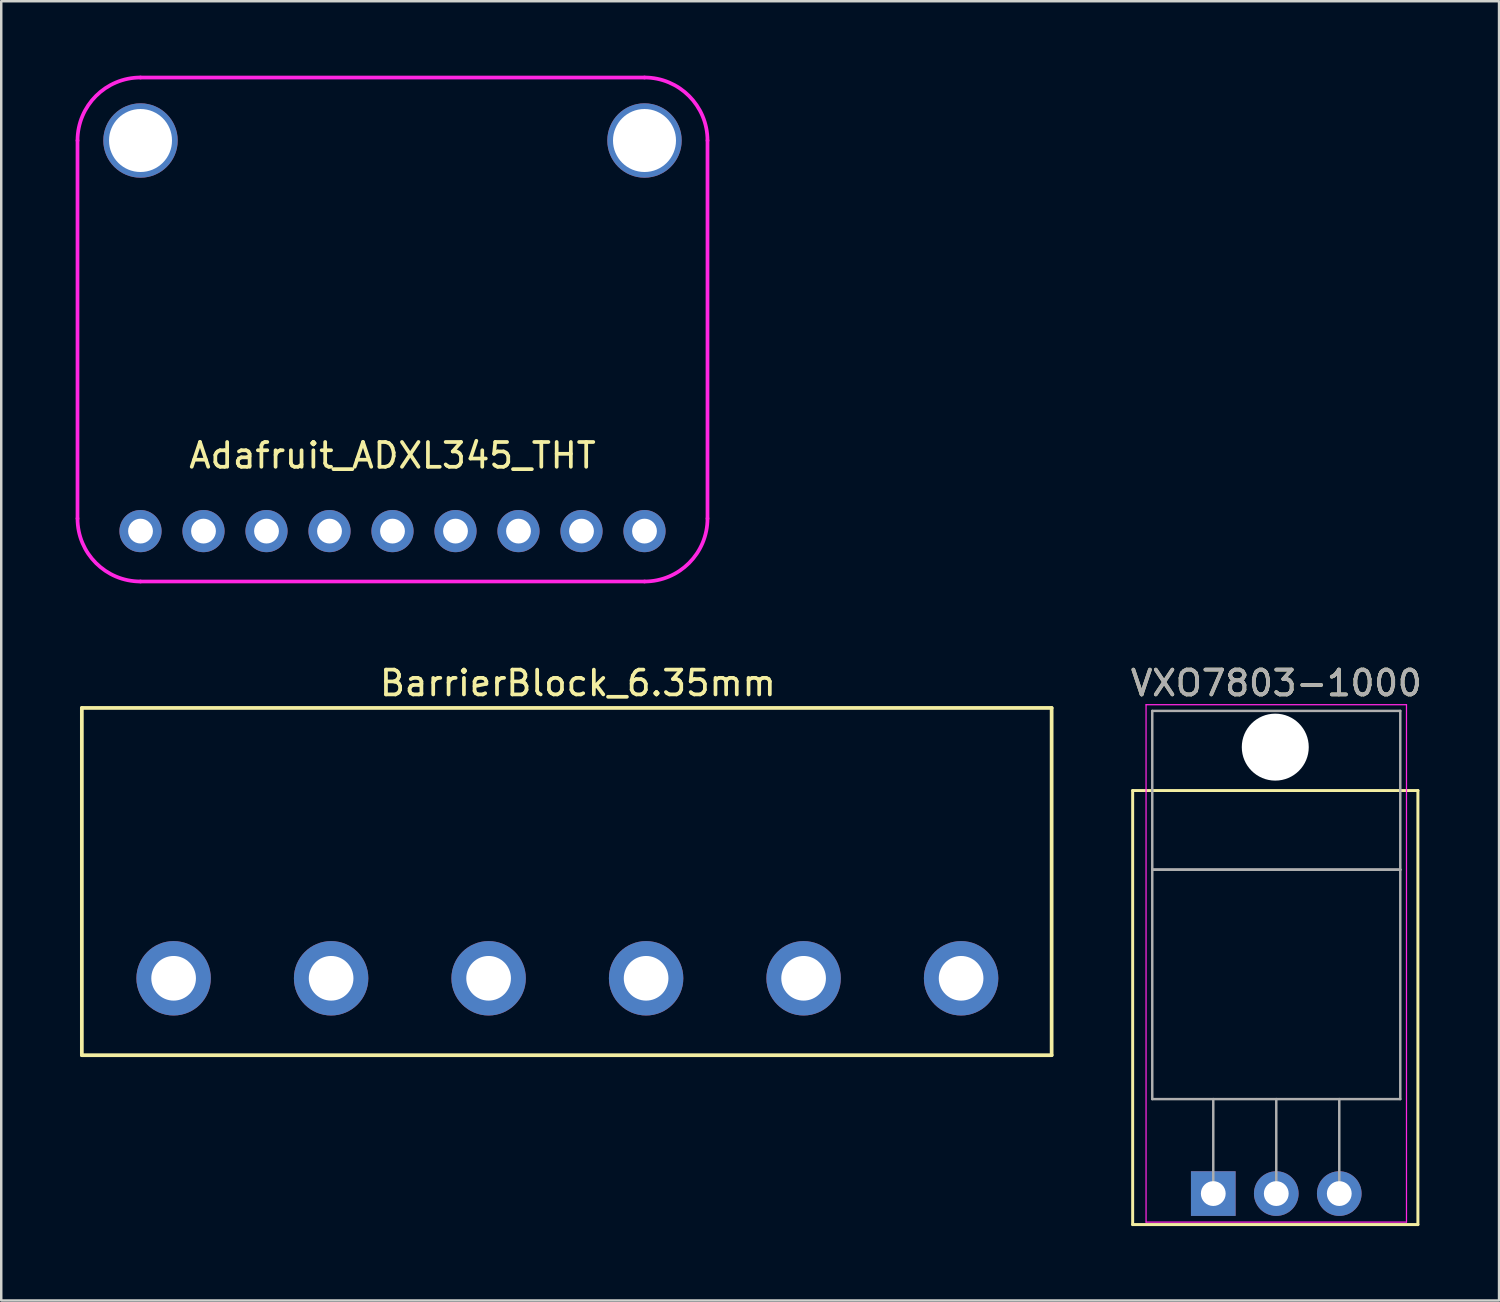
<source format=kicad_pcb>
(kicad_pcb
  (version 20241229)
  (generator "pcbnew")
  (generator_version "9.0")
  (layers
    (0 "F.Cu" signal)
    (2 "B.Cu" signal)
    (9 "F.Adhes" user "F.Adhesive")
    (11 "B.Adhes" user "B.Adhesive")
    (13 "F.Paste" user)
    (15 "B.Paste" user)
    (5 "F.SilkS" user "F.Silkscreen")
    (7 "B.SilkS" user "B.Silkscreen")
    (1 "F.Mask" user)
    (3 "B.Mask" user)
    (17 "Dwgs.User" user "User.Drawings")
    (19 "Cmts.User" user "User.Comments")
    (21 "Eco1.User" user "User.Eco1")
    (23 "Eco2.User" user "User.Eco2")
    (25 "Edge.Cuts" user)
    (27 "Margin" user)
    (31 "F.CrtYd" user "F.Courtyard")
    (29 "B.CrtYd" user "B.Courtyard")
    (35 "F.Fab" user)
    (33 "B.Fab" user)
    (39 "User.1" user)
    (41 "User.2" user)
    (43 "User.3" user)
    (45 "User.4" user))
  (footprint "Adafruit_ADXL345_THT"
    (layer "F.Cu")
    (at 12.775 20.395)
    (property "Reference" "Adafruit_ADXL345_THT" (at 0 -5.08 0) (layer "F.SilkS") (effects (font (size 1 1) (thickness 0.15))))
    (attr through_hole)
    (fp_line (start -12.7 -2.54) (end -12.7 -17.78) (stroke (width 0.15) (type solid)) (layer "F.CrtYd"))
    (fp_line (start -10.16 -20.32) (end 10.16 -20.32) (stroke (width 0.15) (type solid)) (layer "F.CrtYd"))
    (fp_line (start 10.16 0) (end -10.16 0) (stroke (width 0.15) (type solid)) (layer "F.CrtYd"))
    (fp_line (start 12.7 -17.78) (end 12.7 -2.54) (stroke (width 0.15) (type solid)) (layer "F.CrtYd"))
    (fp_arc (start -12.7 -17.78) (mid -11.956051 -19.576051) (end -10.16 -20.32) (stroke (width 0.15) (type solid)) (layer "F.CrtYd"))
    (fp_arc (start -10.16 0) (mid -11.956051 -0.743949) (end -12.7 -2.54) (stroke (width 0.15) (type solid)) (layer "F.CrtYd"))
    (fp_arc (start 10.16 -20.32) (mid 11.956051 -19.576051) (end 12.7 -17.78) (stroke (width 0.15) (type solid)) (layer "F.CrtYd"))
    (fp_arc (start 12.7 -2.54) (mid 11.956051 -0.743949) (end 10.16 0) (stroke (width 0.15) (type solid)) (layer "F.CrtYd"))
    (pad "" np_thru_hole circle (at -10.16 -17.78) (size 3 3) (drill 2.54) (layers "*.Cu" "*.Mask"))
    (pad "" np_thru_hole circle (at 10.16 -17.78) (size 3 3) (drill 2.54) (layers "*.Cu" "*.Mask"))
    (pad "1" thru_hole circle (at -10.16 -2.032) (size 1.7 1.7) (drill 1) (layers "*.Cu" "*.Mask"))
    (pad "2" thru_hole circle (at -7.62 -2.032) (size 1.7 1.7) (drill 1) (layers "*.Cu" "*.Mask"))
    (pad "3" thru_hole circle (at -5.08 -2.032) (size 1.7 1.7) (drill 1) (layers "*.Cu" "*.Mask"))
    (pad "4" thru_hole circle (at -2.54 -2.032) (size 1.7 1.7) (drill 1) (layers "*.Cu" "*.Mask"))
    (pad "5" thru_hole circle (at 0 -2.032) (size 1.7 1.7) (drill 1) (layers "*.Cu" "*.Mask"))
    (pad "6" thru_hole circle (at 2.54 -2.032) (size 1.7 1.7) (drill 1) (layers "*.Cu" "*.Mask"))
    (pad "7" thru_hole circle (at 5.08 -2.032) (size 1.7 1.7) (drill 1) (layers "*.Cu" "*.Mask"))
    (pad "8" thru_hole circle (at 7.62 -2.032) (size 1.7 1.7) (drill 1) (layers "*.Cu" "*.Mask"))
    (pad "9" thru_hole circle (at 10.16 -2.032) (size 1.7 1.7) (drill 1) (layers "*.Cu" "*.Mask")))
  (footprint "VXO7803-1000"
    (layer "F.Cu")
    (at 45.867 45.073)
    (property "Reference" "VXO7803-1000" (at 2.54 -20.58 0) (layer "F.SilkS") (effects (font (size 1 1) (thickness 0.15))))
    (attr through_hole)
    (fp_line (start -3.25 -16.25) (end -3.25 1.25) (stroke (width 0.12) (type solid)) (layer "F.SilkS"))
    (fp_line (start -3.25 -16.25) (end 8.25 -16.25) (stroke (width 0.12) (type solid)) (layer "F.SilkS"))
    (fp_line (start -3.25 1.25) (end 8.25 1.25) (stroke (width 0.12) (type solid)) (layer "F.SilkS"))
    (fp_line (start 8.25 -16.25) (end 8.25 1.25) (stroke (width 0.12) (type solid)) (layer "F.SilkS"))
    (fp_line (start -2.71 -19.71) (end -2.71 1.15) (stroke (width 0.05) (type solid)) (layer "F.CrtYd"))
    (fp_line (start -2.71 1.15) (end 7.79 1.15) (stroke (width 0.05) (type solid)) (layer "F.CrtYd"))
    (fp_line (start 7.79 -19.71) (end -2.71 -19.71) (stroke (width 0.05) (type solid)) (layer "F.CrtYd"))
    (fp_line (start 7.79 1.15) (end 7.79 -19.71) (stroke (width 0.05) (type solid)) (layer "F.CrtYd"))
    (fp_line (start -2.46 -19.46) (end 7.54 -19.46) (stroke (width 0.1) (type solid)) (layer "F.Fab"))
    (fp_line (start -2.46 -13.06) (end -2.46 -19.46) (stroke (width 0.1) (type solid)) (layer "F.Fab"))
    (fp_line (start -2.46 -13.06) (end 7.54 -13.06) (stroke (width 0.1) (type solid)) (layer "F.Fab"))
    (fp_line (start -2.46 -3.81) (end -2.46 -13.06) (stroke (width 0.1) (type solid)) (layer "F.Fab"))
    (fp_line (start 0 -3.81) (end 0 0) (stroke (width 0.1) (type solid)) (layer "F.Fab"))
    (fp_line (start 2.54 -3.81) (end 2.54 0) (stroke (width 0.1) (type solid)) (layer "F.Fab"))
    (fp_line (start 5.08 -3.81) (end 5.08 0) (stroke (width 0.1) (type solid)) (layer "F.Fab"))
    (fp_line (start 7.54 -19.46) (end 7.54 -13.06) (stroke (width 0.1) (type solid)) (layer "F.Fab"))
    (fp_line (start 7.54 -13.06) (end -2.46 -13.06) (stroke (width 0.1) (type solid)) (layer "F.Fab"))
    (fp_line (start 7.54 -13.06) (end 7.54 -3.81) (stroke (width 0.1) (type solid)) (layer "F.Fab"))
    (fp_line (start 7.54 -3.81) (end -2.46 -3.81) (stroke (width 0.1) (type solid)) (layer "F.Fab"))
    (fp_text user "${REFERENCE}" (at 2.54 -20.58 0) (layer "F.Fab") (effects (font (size 1 1) (thickness 0.15))))
    (pad "" np_thru_hole oval (at 2.5 -18) (size 2.7 2.7) (drill 2.7) (layers "*.Cu" "*.Mask"))
    (pad "1" thru_hole rect (at 0 0) (size 1.8 1.8) (drill 1) (layers "*.Cu" "*.Mask"))
    (pad "2" thru_hole oval (at 2.54 0) (size 1.8 1.8) (drill 1) (layers "*.Cu" "*.Mask"))
    (pad "3" thru_hole oval (at 5.08 0) (size 1.8 1.8) (drill 1) (layers "*.Cu" "*.Mask")))
  (footprint "BarrierBlock_6.35mm"
    (layer "F.Cu")
    (at 0.25 39.493)
    (property "Reference" "BarrierBlock_6.35mm" (at 20 -15 0) (layer "F.SilkS") (effects (font (size 1 1) (thickness 0.15))))
    (attr through_hole)
    (fp_line (start 0 -14) (end 39.1 -14) (stroke (width 0.15) (type solid)) (layer "F.SilkS"))
    (fp_line (start 0 0) (end 0 -14) (stroke (width 0.15) (type solid)) (layer "F.SilkS"))
    (fp_line (start 39.1 -14) (end 39.1 0) (stroke (width 0.15) (type solid)) (layer "F.SilkS"))
    (fp_line (start 39.1 0) (end 0 0) (stroke (width 0.15) (type solid)) (layer "F.SilkS"))
    (pad "1" thru_hole circle (at 3.7 -3.1) (size 3 3) (drill 1.8) (layers "*.Cu" "*.Mask"))
    (pad "2" thru_hole circle (at 10.05 -3.1) (size 3 3) (drill 1.8) (layers "*.Cu" "*.Mask"))
    (pad "3" thru_hole circle (at 16.4 -3.1) (size 3 3) (drill 1.8) (layers "*.Cu" "*.Mask"))
    (pad "4" thru_hole circle (at 22.75 -3.1) (size 3 3) (drill 1.8) (layers "*.Cu" "*.Mask"))
    (pad "5" thru_hole circle (at 29.1 -3.1) (size 3 3) (drill 1.8) (layers "*.Cu" "*.Mask"))
    (pad "6" thru_hole circle (at 35.45 -3.1) (size 3 3) (drill 1.8) (layers "*.Cu" "*.Mask")))
  (gr_rect
    (start -3 -3)
    (end 57.389 49.383)
    (stroke (width 0.1) (type default))
    (fill no)
    (layer "Edge.Cuts")))
</source>
